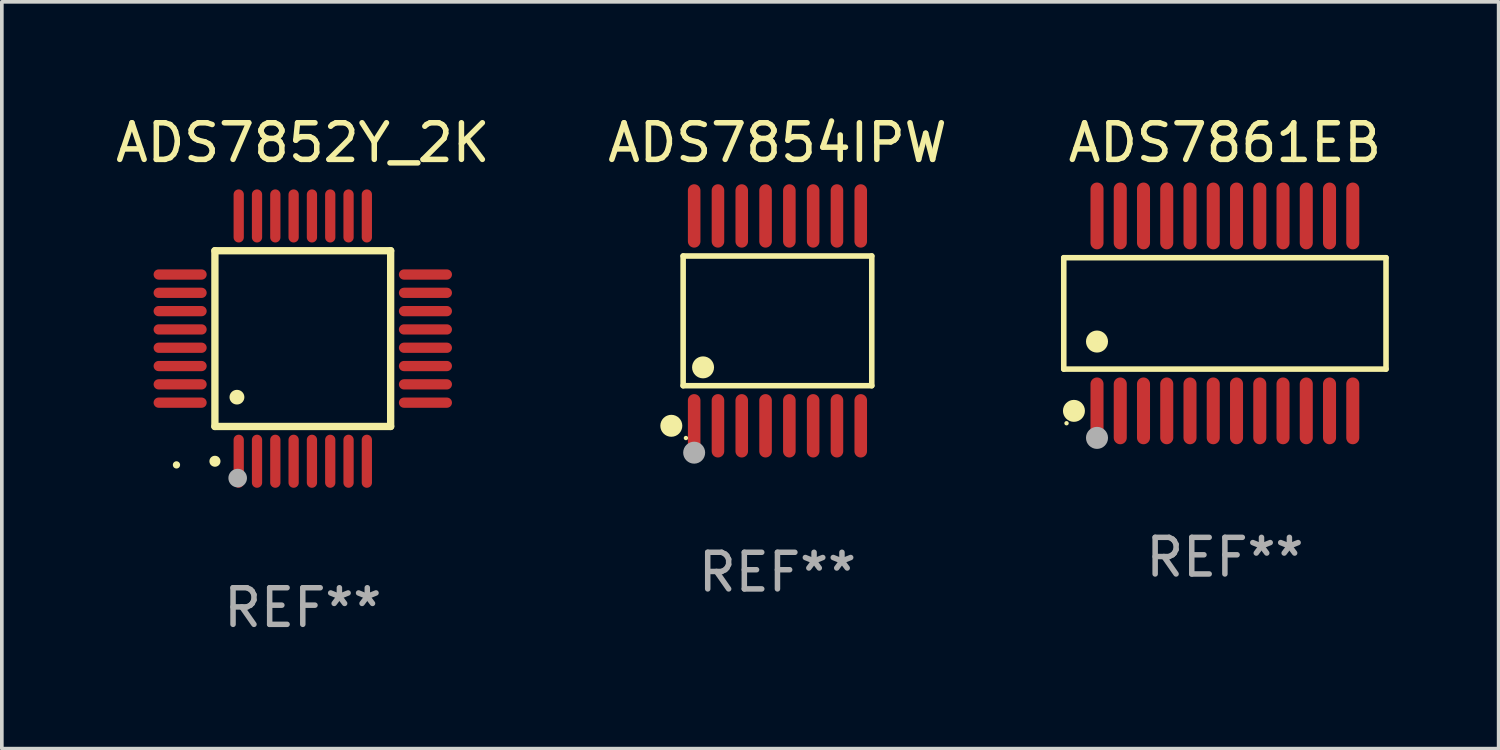
<source format=kicad_pcb>
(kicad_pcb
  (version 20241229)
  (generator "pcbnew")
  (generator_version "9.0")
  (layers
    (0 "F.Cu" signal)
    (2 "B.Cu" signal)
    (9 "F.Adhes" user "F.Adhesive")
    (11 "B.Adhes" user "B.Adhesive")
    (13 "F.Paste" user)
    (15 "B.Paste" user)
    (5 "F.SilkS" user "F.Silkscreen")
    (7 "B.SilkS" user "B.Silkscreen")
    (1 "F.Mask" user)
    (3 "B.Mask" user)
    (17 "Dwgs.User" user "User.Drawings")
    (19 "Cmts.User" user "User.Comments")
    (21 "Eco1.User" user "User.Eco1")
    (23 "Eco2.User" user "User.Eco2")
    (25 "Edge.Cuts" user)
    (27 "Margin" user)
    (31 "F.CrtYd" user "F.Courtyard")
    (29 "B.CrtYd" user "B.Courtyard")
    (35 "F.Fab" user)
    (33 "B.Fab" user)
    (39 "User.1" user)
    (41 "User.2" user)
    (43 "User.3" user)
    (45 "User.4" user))
  (footprint "ADS7854IPW"
    (layer "F.Cu")
    (at 18.185 5.714)
    (property "Reference" "ADS7854IPW" (at 0 -4.866 0) (layer "F.SilkS") (effects (font (size 1 1) (thickness 0.15))))
    (attr through_hole)
    (fp_line (start -2.576 -1.772) (end 2.576 -1.772) (stroke (width 0.152) (type solid)) (layer "F.SilkS"))
    (fp_line (start -2.576 1.771) (end -2.576 -1.772) (stroke (width 0.152) (type solid)) (layer "F.SilkS"))
    (fp_line (start 2.576 -1.772) (end 2.576 1.771) (stroke (width 0.152) (type solid)) (layer "F.SilkS"))
    (fp_line (start 2.576 1.771) (end -2.576 1.771) (stroke (width 0.152) (type solid)) (layer "F.SilkS"))
    (fp_circle (center -2.899 2.866) (end -2.749 2.866) (stroke (width 0.3) (type solid)) (fill no) (layer "F.SilkS"))
    (fp_circle (center -2.5 3.2) (end -2.47 3.2) (stroke (width 0.06) (type solid)) (fill no) (layer "F.SilkS"))
    (fp_circle (center -2.032 1.27) (end -1.882 1.27) (stroke (width 0.3) (type solid)) (fill no) (layer "F.SilkS"))
    (fp_circle (center -2.275 3.6) (end -2.125 3.6) (stroke (width 0.3) (type solid)) (fill no) (layer "F.Fab"))
    (fp_text user "REF**" (at 0 6.866 0) (layer "F.Fab") (effects (font (size 1 1) (thickness 0.15))))
    (pad "1" smd oval (at -2.275 2.866) (size 0.343 1.731) (layers "F.Cu" "F.Mask" "F.Paste"))
    (pad "2" smd oval (at -1.625 2.866) (size 0.343 1.731) (layers "F.Cu" "F.Mask" "F.Paste"))
    (pad "3" smd oval (at -0.975 2.866) (size 0.343 1.731) (layers "F.Cu" "F.Mask" "F.Paste"))
    (pad "4" smd oval (at -0.325 2.866) (size 0.343 1.731) (layers "F.Cu" "F.Mask" "F.Paste"))
    (pad "5" smd oval (at 0.325 2.866) (size 0.343 1.731) (layers "F.Cu" "F.Mask" "F.Paste"))
    (pad "6" smd oval (at 0.975 2.866) (size 0.343 1.731) (layers "F.Cu" "F.Mask" "F.Paste"))
    (pad "7" smd oval (at 1.625 2.866) (size 0.343 1.731) (layers "F.Cu" "F.Mask" "F.Paste"))
    (pad "8" smd oval (at 2.275 2.866) (size 0.343 1.731) (layers "F.Cu" "F.Mask" "F.Paste"))
    (pad "9" smd oval (at 2.275 -2.866) (size 0.343 1.731) (layers "F.Cu" "F.Mask" "F.Paste"))
    (pad "10" smd oval (at 1.625 -2.866) (size 0.343 1.731) (layers "F.Cu" "F.Mask" "F.Paste"))
    (pad "11" smd oval (at 0.975 -2.866) (size 0.343 1.731) (layers "F.Cu" "F.Mask" "F.Paste"))
    (pad "12" smd oval (at 0.325 -2.866) (size 0.343 1.731) (layers "F.Cu" "F.Mask" "F.Paste"))
    (pad "13" smd oval (at -0.325 -2.866) (size 0.343 1.731) (layers "F.Cu" "F.Mask" "F.Paste"))
    (pad "14" smd oval (at -0.975 -2.866) (size 0.343 1.731) (layers "F.Cu" "F.Mask" "F.Paste"))
    (pad "15" smd oval (at -1.625 -2.866) (size 0.343 1.731) (layers "F.Cu" "F.Mask" "F.Paste"))
    (pad "16" smd oval (at -2.275 -2.866) (size 0.343 1.731) (layers "F.Cu" "F.Mask" "F.Paste")))
  (footprint "ADS7861EB"
    (layer "F.Cu")
    (at 30.406 5.51)
    (property "Reference" "ADS7861EB" (at 0 -4.662 0) (layer "F.SilkS") (effects (font (size 1 1) (thickness 0.15))))
    (attr through_hole)
    (fp_line (start -4.401 -1.521) (end 4.401 -1.521) (stroke (width 0.152) (type solid)) (layer "F.SilkS"))
    (fp_line (start -4.401 1.521) (end -4.401 -1.521) (stroke (width 0.152) (type solid)) (layer "F.SilkS"))
    (fp_line (start 4.401 -1.521) (end 4.401 1.521) (stroke (width 0.152) (type solid)) (layer "F.SilkS"))
    (fp_line (start 4.401 1.521) (end -4.401 1.521) (stroke (width 0.152) (type solid)) (layer "F.SilkS"))
    (fp_circle (center -4.325 3) (end -4.295 3) (stroke (width 0.06) (type solid)) (fill no) (layer "F.SilkS"))
    (fp_circle (center -4.123 2.662) (end -3.973 2.662) (stroke (width 0.3) (type solid)) (fill no) (layer "F.SilkS"))
    (fp_circle (center -3.493 0.769) (end -3.342 0.769) (stroke (width 0.3) (type solid)) (fill no) (layer "F.SilkS"))
    (fp_circle (center -3.493 3.4) (end -3.342 3.4) (stroke (width 0.3) (type solid)) (fill no) (layer "F.Fab"))
    (fp_text user "REF**" (at 0 6.662 0) (layer "F.Fab") (effects (font (size 1 1) (thickness 0.15))))
    (pad "1" smd oval (at -3.493 2.662) (size 0.356 1.824) (layers "F.Cu" "F.Mask" "F.Paste"))
    (pad "2" smd oval (at -2.858 2.662) (size 0.356 1.824) (layers "F.Cu" "F.Mask" "F.Paste"))
    (pad "3" smd oval (at -2.223 2.662) (size 0.356 1.824) (layers "F.Cu" "F.Mask" "F.Paste"))
    (pad "4" smd oval (at -1.588 2.662) (size 0.356 1.824) (layers "F.Cu" "F.Mask" "F.Paste"))
    (pad "5" smd oval (at -0.953 2.662) (size 0.356 1.824) (layers "F.Cu" "F.Mask" "F.Paste"))
    (pad "6" smd oval (at -0.318 2.662) (size 0.356 1.824) (layers "F.Cu" "F.Mask" "F.Paste"))
    (pad "7" smd oval (at 0.318 2.662) (size 0.356 1.824) (layers "F.Cu" "F.Mask" "F.Paste"))
    (pad "8" smd oval (at 0.953 2.662) (size 0.356 1.824) (layers "F.Cu" "F.Mask" "F.Paste"))
    (pad "9" smd oval (at 1.588 2.662) (size 0.356 1.824) (layers "F.Cu" "F.Mask" "F.Paste"))
    (pad "10" smd oval (at 2.223 2.662) (size 0.356 1.824) (layers "F.Cu" "F.Mask" "F.Paste"))
    (pad "11" smd oval (at 2.858 2.662) (size 0.356 1.824) (layers "F.Cu" "F.Mask" "F.Paste"))
    (pad "12" smd oval (at 3.493 2.662) (size 0.356 1.824) (layers "F.Cu" "F.Mask" "F.Paste"))
    (pad "13" smd oval (at 3.493 -2.662) (size 0.356 1.824) (layers "F.Cu" "F.Mask" "F.Paste"))
    (pad "14" smd oval (at 2.858 -2.662) (size 0.356 1.824) (layers "F.Cu" "F.Mask" "F.Paste"))
    (pad "15" smd oval (at 2.223 -2.662) (size 0.356 1.824) (layers "F.Cu" "F.Mask" "F.Paste"))
    (pad "16" smd oval (at 1.588 -2.662) (size 0.356 1.824) (layers "F.Cu" "F.Mask" "F.Paste"))
    (pad "17" smd oval (at 0.953 -2.662) (size 0.356 1.824) (layers "F.Cu" "F.Mask" "F.Paste"))
    (pad "18" smd oval (at 0.318 -2.662) (size 0.356 1.824) (layers "F.Cu" "F.Mask" "F.Paste"))
    (pad "19" smd oval (at -0.318 -2.662) (size 0.356 1.824) (layers "F.Cu" "F.Mask" "F.Paste"))
    (pad "20" smd oval (at -0.953 -2.662) (size 0.356 1.824) (layers "F.Cu" "F.Mask" "F.Paste"))
    (pad "21" smd oval (at -1.588 -2.662) (size 0.356 1.824) (layers "F.Cu" "F.Mask" "F.Paste"))
    (pad "22" smd oval (at -2.223 -2.662) (size 0.356 1.824) (layers "F.Cu" "F.Mask" "F.Paste"))
    (pad "23" smd oval (at -2.858 -2.662) (size 0.356 1.824) (layers "F.Cu" "F.Mask" "F.Paste"))
    (pad "24" smd oval (at -3.493 -2.662) (size 0.356 1.824) (layers "F.Cu" "F.Mask" "F.Paste")))
  (footprint "ADS7852Y_2K"
    (layer "F.Cu")
    (at 5.22 6.198)
    (property "Reference" "ADS7852Y_2K" (at 0 -5.35 0) (layer "F.SilkS") (effects (font (size 1 1) (thickness 0.15))))
    (attr through_hole)
    (fp_line (start -2.4 -2.4) (end -2.4 2.4) (stroke (width 0.2) (type solid)) (layer "F.SilkS"))
    (fp_line (start -2.4 2.4) (end 2.4 2.4) (stroke (width 0.2) (type solid)) (layer "F.SilkS"))
    (fp_line (start 2.4 -2.4) (end -2.4 -2.4) (stroke (width 0.2) (type solid)) (layer "F.SilkS"))
    (fp_line (start 2.4 2.4) (end 2.4 -2.4) (stroke (width 0.2) (type solid)) (layer "F.SilkS"))
    (fp_arc (start -2.400305 3.350267) (mid -2.399035 3.350262) (end -2.397765 3.350267) (stroke (width 0.3) (type solid)) (layer "F.SilkS"))
    (fp_arc (start -1.800864 1.600203) (mid -1.798324 1.600187) (end -1.795784 1.600203) (stroke (width 0.4) (type solid)) (layer "F.SilkS"))
    (fp_circle (center -3.45 3.45) (end -3.4 3.45) (stroke (width 0.1) (type solid)) (fill no) (layer "F.SilkS"))
    (fp_circle (center -1.778 3.81) (end -1.651 3.81) (stroke (width 0.254) (type solid)) (fill no) (layer "F.Fab"))
    (fp_text user "REF**" (at 0 7.35 0) (layer "F.Fab") (effects (font (size 1 1) (thickness 0.15))))
    (pad "1" smd oval (at -1.75 3.35) (size 0.28 1.45) (layers "F.Cu" "F.Mask" "F.Paste"))
    (pad "2" smd oval (at -1.25 3.35) (size 0.28 1.45) (layers "F.Cu" "F.Mask" "F.Paste"))
    (pad "3" smd oval (at -0.75 3.35) (size 0.28 1.45) (layers "F.Cu" "F.Mask" "F.Paste"))
    (pad "4" smd oval (at -0.25 3.35) (size 0.28 1.45) (layers "F.Cu" "F.Mask" "F.Paste"))
    (pad "5" smd oval (at 0.25 3.35) (size 0.28 1.45) (layers "F.Cu" "F.Mask" "F.Paste"))
    (pad "6" smd oval (at 0.75 3.35) (size 0.28 1.45) (layers "F.Cu" "F.Mask" "F.Paste"))
    (pad "7" smd oval (at 1.25 3.35) (size 0.28 1.45) (layers "F.Cu" "F.Mask" "F.Paste"))
    (pad "8" smd oval (at 1.75 3.35) (size 0.28 1.45) (layers "F.Cu" "F.Mask" "F.Paste"))
    (pad "9" smd oval (at 3.35 1.75) (size 1.45 0.28) (layers "F.Cu" "F.Mask" "F.Paste"))
    (pad "10" smd oval (at 3.35 1.25) (size 1.45 0.28) (layers "F.Cu" "F.Mask" "F.Paste"))
    (pad "11" smd oval (at 3.35 0.75) (size 1.45 0.28) (layers "F.Cu" "F.Mask" "F.Paste"))
    (pad "12" smd oval (at 3.35 0.25) (size 1.45 0.28) (layers "F.Cu" "F.Mask" "F.Paste"))
    (pad "13" smd oval (at 3.35 -0.25) (size 1.45 0.28) (layers "F.Cu" "F.Mask" "F.Paste"))
    (pad "14" smd oval (at 3.35 -0.75) (size 1.45 0.28) (layers "F.Cu" "F.Mask" "F.Paste"))
    (pad "15" smd oval (at 3.35 -1.25) (size 1.45 0.28) (layers "F.Cu" "F.Mask" "F.Paste"))
    (pad "16" smd oval (at 3.35 -1.75) (size 1.45 0.28) (layers "F.Cu" "F.Mask" "F.Paste"))
    (pad "17" smd oval (at 1.75 -3.35) (size 0.28 1.45) (layers "F.Cu" "F.Mask" "F.Paste"))
    (pad "18" smd oval (at 1.25 -3.35) (size 0.28 1.45) (layers "F.Cu" "F.Mask" "F.Paste"))
    (pad "19" smd oval (at 0.75 -3.35) (size 0.28 1.45) (layers "F.Cu" "F.Mask" "F.Paste"))
    (pad "20" smd oval (at 0.25 -3.35) (size 0.28 1.45) (layers "F.Cu" "F.Mask" "F.Paste"))
    (pad "21" smd oval (at -0.25 -3.35) (size 0.28 1.45) (layers "F.Cu" "F.Mask" "F.Paste"))
    (pad "22" smd oval (at -0.75 -3.35) (size 0.28 1.45) (layers "F.Cu" "F.Mask" "F.Paste"))
    (pad "23" smd oval (at -1.25 -3.35) (size 0.28 1.45) (layers "F.Cu" "F.Mask" "F.Paste"))
    (pad "24" smd oval (at -1.75 -3.35) (size 0.28 1.45) (layers "F.Cu" "F.Mask" "F.Paste"))
    (pad "25" smd oval (at -3.35 -1.75) (size 1.45 0.28) (layers "F.Cu" "F.Mask" "F.Paste"))
    (pad "26" smd oval (at -3.35 -1.25) (size 1.45 0.28) (layers "F.Cu" "F.Mask" "F.Paste"))
    (pad "27" smd oval (at -3.35 -0.75) (size 1.45 0.28) (layers "F.Cu" "F.Mask" "F.Paste"))
    (pad "28" smd oval (at -3.35 -0.25) (size 1.45 0.28) (layers "F.Cu" "F.Mask" "F.Paste"))
    (pad "29" smd oval (at -3.35 0.25) (size 1.45 0.28) (layers "F.Cu" "F.Mask" "F.Paste"))
    (pad "30" smd oval (at -3.35 0.75) (size 1.45 0.28) (layers "F.Cu" "F.Mask" "F.Paste"))
    (pad "31" smd oval (at -3.35 1.25) (size 1.45 0.28) (layers "F.Cu" "F.Mask" "F.Paste"))
    (pad "32" smd oval (at -3.35 1.75) (size 1.45 0.28) (layers "F.Cu" "F.Mask" "F.Paste")))
  (gr_rect
    (start -3 -3)
    (end 37.883 17.397)
    (stroke (width 0.1) (type default))
    (fill no)
    (layer "Edge.Cuts")))
</source>
